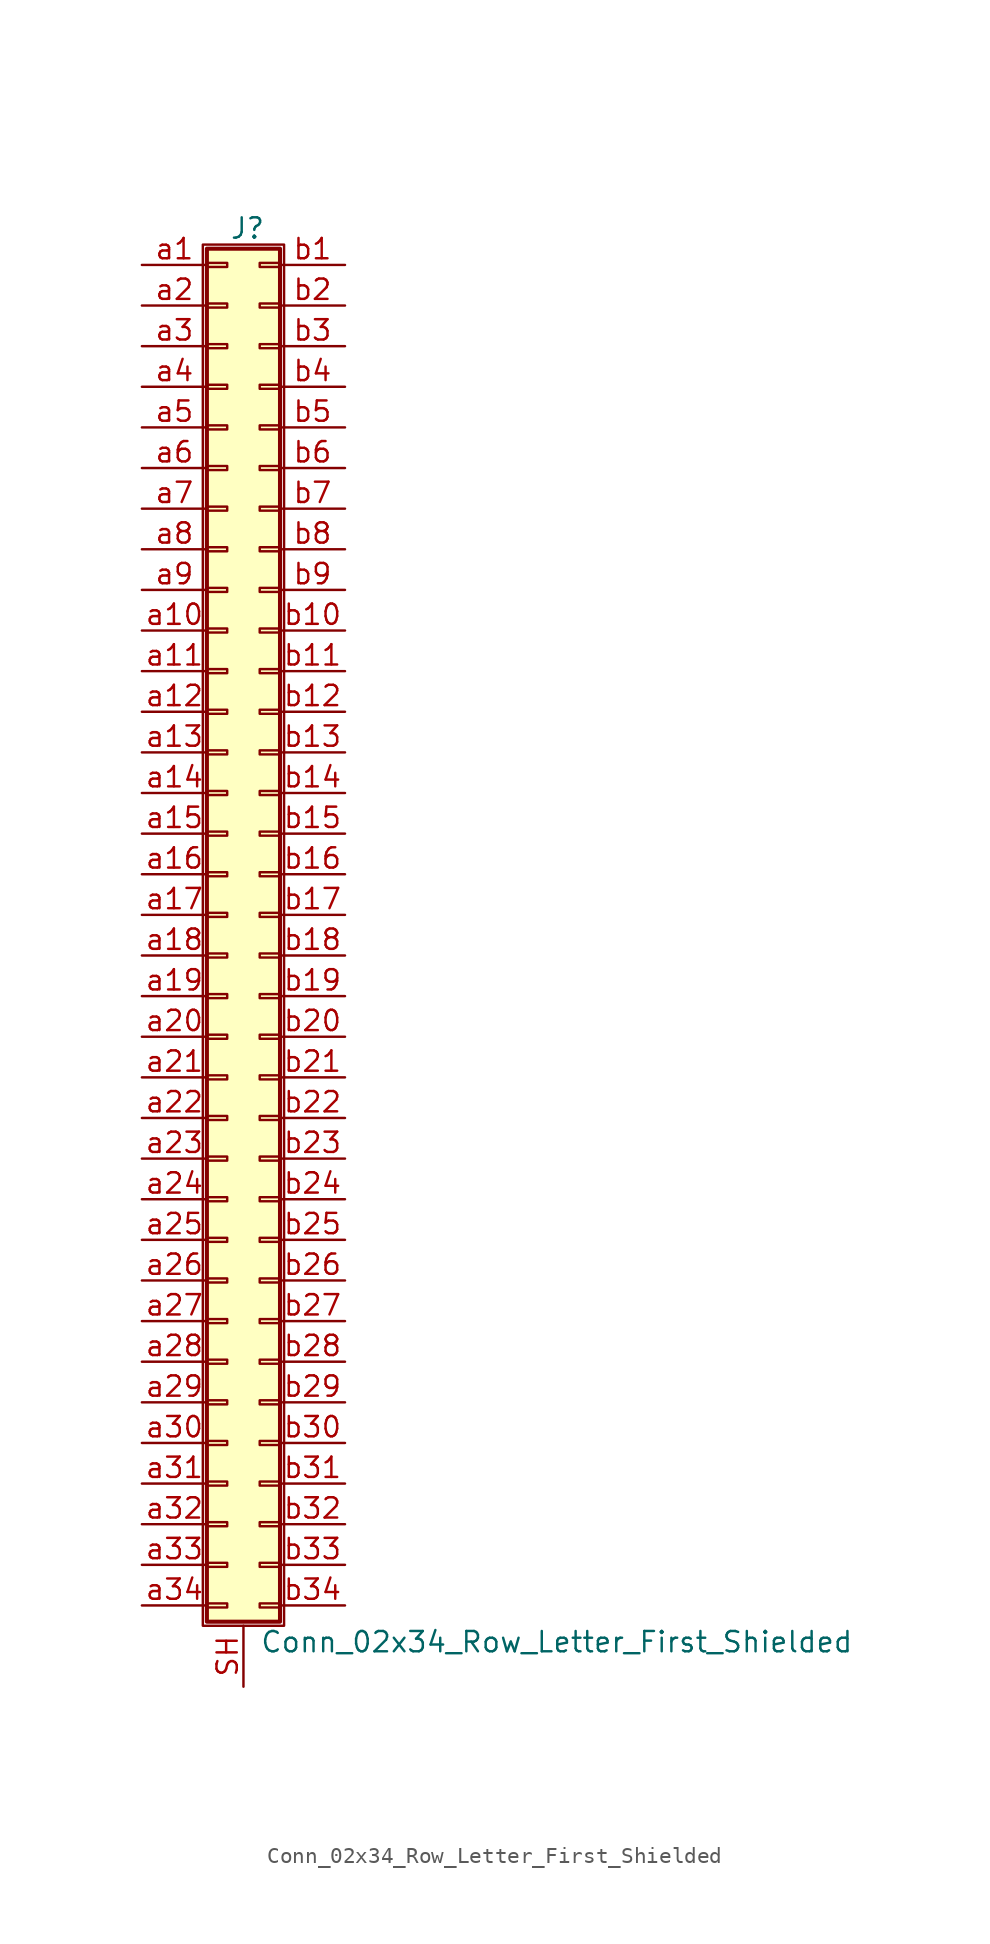
<source format=kicad_sym>
(kicad_symbol_lib
  (version 20201005)
  (generator kicad_symbol_editor)
  (symbol "Conn_02x34_Row_Letter_First_Shielded"
    (pin_names
      (offset 1.016) hide)
    (property "Reference" "J"
      (at 1.524 42.926 0)
      (effects (font (size 1.27 1.27))))
    (property "Value" "Conn_02x34_Row_Letter_First_Shielded"
      (at 2.286 -45.466 0)
      (effects (font (size 1.27 1.27)) (justify left)))
    (symbol "Conn_02x34_Row_Letter_First_Shielded_1_1"
      (rectangle (start -1.27 41.91) (end 3.81 -44.45) (stroke (width 0.152)) (fill (type none)))
      (rectangle (start -1.016 -43.053) (end 0.254 -43.307) (stroke (width 0.152)) (fill (type none)))
      (rectangle (start -1.016 -40.513) (end 0.254 -40.767) (stroke (width 0.152)) (fill (type none)))
      (rectangle (start -1.016 -37.973) (end 0.254 -38.227) (stroke (width 0.152)) (fill (type none)))
      (rectangle (start -1.016 -35.433) (end 0.254 -35.687) (stroke (width 0.152)) (fill (type none)))
      (rectangle (start -1.016 -32.893) (end 0.254 -33.147) (stroke (width 0.152)) (fill (type none)))
      (rectangle (start -1.016 -30.353) (end 0.254 -30.607) (stroke (width 0.152)) (fill (type none)))
      (rectangle (start -1.016 -27.813) (end 0.254 -28.067) (stroke (width 0.152)) (fill (type none)))
      (rectangle (start -1.016 -25.273) (end 0.254 -25.527) (stroke (width 0.152)) (fill (type none)))
      (rectangle (start -1.016 -22.733) (end 0.254 -22.987) (stroke (width 0.152)) (fill (type none)))
      (rectangle (start -1.016 -20.193) (end 0.254 -20.447) (stroke (width 0.152)) (fill (type none)))
      (rectangle (start -1.016 -17.653) (end 0.254 -17.907) (stroke (width 0.152)) (fill (type none)))
      (rectangle (start -1.016 -15.113) (end 0.254 -15.367) (stroke (width 0.152)) (fill (type none)))
      (rectangle (start -1.016 -12.573) (end 0.254 -12.827) (stroke (width 0.152)) (fill (type none)))
      (rectangle (start -1.016 -10.033) (end 0.254 -10.287) (stroke (width 0.152)) (fill (type none)))
      (rectangle (start -1.016 -7.493) (end 0.254 -7.747) (stroke (width 0.152)) (fill (type none)))
      (rectangle (start -1.016 -4.953) (end 0.254 -5.207) (stroke (width 0.152)) (fill (type none)))
      (rectangle (start -1.016 -2.413) (end 0.254 -2.667) (stroke (width 0.152)) (fill (type none)))
      (rectangle (start -1.016 0.127) (end 0.254 -0.127) (stroke (width 0.152)) (fill (type none)))
      (rectangle (start -1.016 2.667) (end 0.254 2.413) (stroke (width 0.152)) (fill (type none)))
      (rectangle (start -1.016 5.207) (end 0.254 4.953) (stroke (width 0.152)) (fill (type none)))
      (rectangle (start -1.016 7.747) (end 0.254 7.493) (stroke (width 0.152)) (fill (type none)))
      (rectangle (start -1.016 10.287) (end 0.254 10.033) (stroke (width 0.152)) (fill (type none)))
      (rectangle (start -1.016 12.827) (end 0.254 12.573) (stroke (width 0.152)) (fill (type none)))
      (rectangle (start -1.016 15.367) (end 0.254 15.113) (stroke (width 0.152)) (fill (type none)))
      (rectangle (start -1.016 17.907) (end 0.254 17.653) (stroke (width 0.152)) (fill (type none)))
      (rectangle (start -1.016 20.447) (end 0.254 20.193) (stroke (width 0.152)) (fill (type none)))
      (rectangle (start -1.016 22.987) (end 0.254 22.733) (stroke (width 0.152)) (fill (type none)))
      (rectangle (start -1.016 25.527) (end 0.254 25.273) (stroke (width 0.152)) (fill (type none)))
      (rectangle (start -1.016 28.067) (end 0.254 27.813) (stroke (width 0.152)) (fill (type none)))
      (rectangle (start -1.016 30.607) (end 0.254 30.353) (stroke (width 0.152)) (fill (type none)))
      (rectangle (start -1.016 33.147) (end 0.254 32.893) (stroke (width 0.152)) (fill (type none)))
      (rectangle (start -1.016 35.687) (end 0.254 35.433) (stroke (width 0.152)) (fill (type none)))
      (rectangle (start -1.016 38.227) (end 0.254 37.973) (stroke (width 0.152)) (fill (type none)))
      (rectangle (start -1.016 40.767) (end 0.254 40.513) (stroke (width 0.152)) (fill (type none)))
      (rectangle (start -1.016 41.656) (end 3.556 -44.196) (stroke (width 0.254)) (fill (type background)))
      (rectangle (start 3.556 -43.053) (end 2.286 -43.307) (stroke (width 0.152)) (fill (type none)))
      (rectangle (start 3.556 -40.513) (end 2.286 -40.767) (stroke (width 0.152)) (fill (type none)))
      (rectangle (start 3.556 -37.973) (end 2.286 -38.227) (stroke (width 0.152)) (fill (type none)))
      (rectangle (start 3.556 -35.433) (end 2.286 -35.687) (stroke (width 0.152)) (fill (type none)))
      (rectangle (start 3.556 -32.893) (end 2.286 -33.147) (stroke (width 0.152)) (fill (type none)))
      (rectangle (start 3.556 -30.353) (end 2.286 -30.607) (stroke (width 0.152)) (fill (type none)))
      (rectangle (start 3.556 -27.813) (end 2.286 -28.067) (stroke (width 0.152)) (fill (type none)))
      (rectangle (start 3.556 -25.273) (end 2.286 -25.527) (stroke (width 0.152)) (fill (type none)))
      (rectangle (start 3.556 -22.733) (end 2.286 -22.987) (stroke (width 0.152)) (fill (type none)))
      (rectangle (start 3.556 -20.193) (end 2.286 -20.447) (stroke (width 0.152)) (fill (type none)))
      (rectangle (start 3.556 -17.653) (end 2.286 -17.907) (stroke (width 0.152)) (fill (type none)))
      (rectangle (start 3.556 -15.113) (end 2.286 -15.367) (stroke (width 0.152)) (fill (type none)))
      (rectangle (start 3.556 -12.573) (end 2.286 -12.827) (stroke (width 0.152)) (fill (type none)))
      (rectangle (start 3.556 -10.033) (end 2.286 -10.287) (stroke (width 0.152)) (fill (type none)))
      (rectangle (start 3.556 -7.493) (end 2.286 -7.747) (stroke (width 0.152)) (fill (type none)))
      (rectangle (start 3.556 -4.953) (end 2.286 -5.207) (stroke (width 0.152)) (fill (type none)))
      (rectangle (start 3.556 -2.413) (end 2.286 -2.667) (stroke (width 0.152)) (fill (type none)))
      (rectangle (start 3.556 0.127) (end 2.286 -0.127) (stroke (width 0.152)) (fill (type none)))
      (rectangle (start 3.556 2.667) (end 2.286 2.413) (stroke (width 0.152)) (fill (type none)))
      (rectangle (start 3.556 5.207) (end 2.286 4.953) (stroke (width 0.152)) (fill (type none)))
      (rectangle (start 3.556 7.747) (end 2.286 7.493) (stroke (width 0.152)) (fill (type none)))
      (rectangle (start 3.556 10.287) (end 2.286 10.033) (stroke (width 0.152)) (fill (type none)))
      (rectangle (start 3.556 12.827) (end 2.286 12.573) (stroke (width 0.152)) (fill (type none)))
      (rectangle (start 3.556 15.367) (end 2.286 15.113) (stroke (width 0.152)) (fill (type none)))
      (rectangle (start 3.556 17.907) (end 2.286 17.653) (stroke (width 0.152)) (fill (type none)))
      (rectangle (start 3.556 20.447) (end 2.286 20.193) (stroke (width 0.152)) (fill (type none)))
      (rectangle (start 3.556 22.987) (end 2.286 22.733) (stroke (width 0.152)) (fill (type none)))
      (rectangle (start 3.556 25.527) (end 2.286 25.273) (stroke (width 0.152)) (fill (type none)))
      (rectangle (start 3.556 28.067) (end 2.286 27.813) (stroke (width 0.152)) (fill (type none)))
      (rectangle (start 3.556 30.607) (end 2.286 30.353) (stroke (width 0.152)) (fill (type none)))
      (rectangle (start 3.556 33.147) (end 2.286 32.893) (stroke (width 0.152)) (fill (type none)))
      (rectangle (start 3.556 35.687) (end 2.286 35.433) (stroke (width 0.152)) (fill (type none)))
      (rectangle (start 3.556 38.227) (end 2.286 37.973) (stroke (width 0.152)) (fill (type none)))
      (rectangle (start 3.556 40.767) (end 2.286 40.513) (stroke (width 0.152)) (fill (type none)))
      (pin passive line (at 1.27 -48.26 90) (length 3.81) (name "Shield" (effects (font (size 1.27 1.27)))) (number "SH" (effects (font (size 1.27 1.27)))))
      (pin passive line (at -5.08 40.64 0) (length 4.064) (name "Pin_a1" (effects (font (size 1.27 1.27)))) (number "a1" (effects (font (size 1.27 1.27)))))
      (pin passive line (at -5.08 17.78 0) (length 4.064) (name "Pin_a10" (effects (font (size 1.27 1.27)))) (number "a10" (effects (font (size 1.27 1.27)))))
      (pin passive line (at -5.08 15.24 0) (length 4.064) (name "Pin_a11" (effects (font (size 1.27 1.27)))) (number "a11" (effects (font (size 1.27 1.27)))))
      (pin passive line (at -5.08 12.7 0) (length 4.064) (name "Pin_a12" (effects (font (size 1.27 1.27)))) (number "a12" (effects (font (size 1.27 1.27)))))
      (pin passive line (at -5.08 10.16 0) (length 4.064) (name "Pin_a13" (effects (font (size 1.27 1.27)))) (number "a13" (effects (font (size 1.27 1.27)))))
      (pin passive line (at -5.08 7.62 0) (length 4.064) (name "Pin_a14" (effects (font (size 1.27 1.27)))) (number "a14" (effects (font (size 1.27 1.27)))))
      (pin passive line (at -5.08 5.08 0) (length 4.064) (name "Pin_a15" (effects (font (size 1.27 1.27)))) (number "a15" (effects (font (size 1.27 1.27)))))
      (pin passive line (at -5.08 2.54 0) (length 4.064) (name "Pin_a16" (effects (font (size 1.27 1.27)))) (number "a16" (effects (font (size 1.27 1.27)))))
      (pin passive line (at -5.08 0 0) (length 4.064) (name "Pin_a17" (effects (font (size 1.27 1.27)))) (number "a17" (effects (font (size 1.27 1.27)))))
      (pin passive line (at -5.08 -2.54 0) (length 4.064) (name "Pin_a18" (effects (font (size 1.27 1.27)))) (number "a18" (effects (font (size 1.27 1.27)))))
      (pin passive line (at -5.08 -5.08 0) (length 4.064) (name "Pin_a19" (effects (font (size 1.27 1.27)))) (number "a19" (effects (font (size 1.27 1.27)))))
      (pin passive line (at -5.08 38.1 0) (length 4.064) (name "Pin_a2" (effects (font (size 1.27 1.27)))) (number "a2" (effects (font (size 1.27 1.27)))))
      (pin passive line (at -5.08 -7.62 0) (length 4.064) (name "Pin_a20" (effects (font (size 1.27 1.27)))) (number "a20" (effects (font (size 1.27 1.27)))))
      (pin passive line (at -5.08 -10.16 0) (length 4.064) (name "Pin_a21" (effects (font (size 1.27 1.27)))) (number "a21" (effects (font (size 1.27 1.27)))))
      (pin passive line (at -5.08 -12.7 0) (length 4.064) (name "Pin_a22" (effects (font (size 1.27 1.27)))) (number "a22" (effects (font (size 1.27 1.27)))))
      (pin passive line (at -5.08 -15.24 0) (length 4.064) (name "Pin_a23" (effects (font (size 1.27 1.27)))) (number "a23" (effects (font (size 1.27 1.27)))))
      (pin passive line (at -5.08 -17.78 0) (length 4.064) (name "Pin_a24" (effects (font (size 1.27 1.27)))) (number "a24" (effects (font (size 1.27 1.27)))))
      (pin passive line (at -5.08 -20.32 0) (length 4.064) (name "Pin_a25" (effects (font (size 1.27 1.27)))) (number "a25" (effects (font (size 1.27 1.27)))))
      (pin passive line (at -5.08 -22.86 0) (length 4.064) (name "Pin_a26" (effects (font (size 1.27 1.27)))) (number "a26" (effects (font (size 1.27 1.27)))))
      (pin passive line (at -5.08 -25.4 0) (length 4.064) (name "Pin_a27" (effects (font (size 1.27 1.27)))) (number "a27" (effects (font (size 1.27 1.27)))))
      (pin passive line (at -5.08 -27.94 0) (length 4.064) (name "Pin_a28" (effects (font (size 1.27 1.27)))) (number "a28" (effects (font (size 1.27 1.27)))))
      (pin passive line (at -5.08 -30.48 0) (length 4.064) (name "Pin_a29" (effects (font (size 1.27 1.27)))) (number "a29" (effects (font (size 1.27 1.27)))))
      (pin passive line (at -5.08 35.56 0) (length 4.064) (name "Pin_a3" (effects (font (size 1.27 1.27)))) (number "a3" (effects (font (size 1.27 1.27)))))
      (pin passive line (at -5.08 -33.02 0) (length 4.064) (name "Pin_a30" (effects (font (size 1.27 1.27)))) (number "a30" (effects (font (size 1.27 1.27)))))
      (pin passive line (at -5.08 -35.56 0) (length 4.064) (name "Pin_a31" (effects (font (size 1.27 1.27)))) (number "a31" (effects (font (size 1.27 1.27)))))
      (pin passive line (at -5.08 -38.1 0) (length 4.064) (name "Pin_a32" (effects (font (size 1.27 1.27)))) (number "a32" (effects (font (size 1.27 1.27)))))
      (pin passive line (at -5.08 -40.64 0) (length 4.064) (name "Pin_a33" (effects (font (size 1.27 1.27)))) (number "a33" (effects (font (size 1.27 1.27)))))
      (pin passive line (at -5.08 -43.18 0) (length 4.064) (name "Pin_a34" (effects (font (size 1.27 1.27)))) (number "a34" (effects (font (size 1.27 1.27)))))
      (pin passive line (at -5.08 33.02 0) (length 4.064) (name "Pin_a4" (effects (font (size 1.27 1.27)))) (number "a4" (effects (font (size 1.27 1.27)))))
      (pin passive line (at -5.08 30.48 0) (length 4.064) (name "Pin_a5" (effects (font (size 1.27 1.27)))) (number "a5" (effects (font (size 1.27 1.27)))))
      (pin passive line (at -5.08 27.94 0) (length 4.064) (name "Pin_a6" (effects (font (size 1.27 1.27)))) (number "a6" (effects (font (size 1.27 1.27)))))
      (pin passive line (at -5.08 25.4 0) (length 4.064) (name "Pin_a7" (effects (font (size 1.27 1.27)))) (number "a7" (effects (font (size 1.27 1.27)))))
      (pin passive line (at -5.08 22.86 0) (length 4.064) (name "Pin_a8" (effects (font (size 1.27 1.27)))) (number "a8" (effects (font (size 1.27 1.27)))))
      (pin passive line (at -5.08 20.32 0) (length 4.064) (name "Pin_a9" (effects (font (size 1.27 1.27)))) (number "a9" (effects (font (size 1.27 1.27)))))
      (pin passive line (at 7.62 40.64 180) (length 4.064) (name "Pin_b1" (effects (font (size 1.27 1.27)))) (number "b1" (effects (font (size 1.27 1.27)))))
      (pin passive line (at 7.62 17.78 180) (length 4.064) (name "Pin_b10" (effects (font (size 1.27 1.27)))) (number "b10" (effects (font (size 1.27 1.27)))))
      (pin passive line (at 7.62 15.24 180) (length 4.064) (name "Pin_b11" (effects (font (size 1.27 1.27)))) (number "b11" (effects (font (size 1.27 1.27)))))
      (pin passive line (at 7.62 12.7 180) (length 4.064) (name "Pin_b12" (effects (font (size 1.27 1.27)))) (number "b12" (effects (font (size 1.27 1.27)))))
      (pin passive line (at 7.62 10.16 180) (length 4.064) (name "Pin_b13" (effects (font (size 1.27 1.27)))) (number "b13" (effects (font (size 1.27 1.27)))))
      (pin passive line (at 7.62 7.62 180) (length 4.064) (name "Pin_b14" (effects (font (size 1.27 1.27)))) (number "b14" (effects (font (size 1.27 1.27)))))
      (pin passive line (at 7.62 5.08 180) (length 4.064) (name "Pin_b15" (effects (font (size 1.27 1.27)))) (number "b15" (effects (font (size 1.27 1.27)))))
      (pin passive line (at 7.62 2.54 180) (length 4.064) (name "Pin_b16" (effects (font (size 1.27 1.27)))) (number "b16" (effects (font (size 1.27 1.27)))))
      (pin passive line (at 7.62 0 180) (length 4.064) (name "Pin_b17" (effects (font (size 1.27 1.27)))) (number "b17" (effects (font (size 1.27 1.27)))))
      (pin passive line (at 7.62 -2.54 180) (length 4.064) (name "Pin_b18" (effects (font (size 1.27 1.27)))) (number "b18" (effects (font (size 1.27 1.27)))))
      (pin passive line (at 7.62 -5.08 180) (length 4.064) (name "Pin_b19" (effects (font (size 1.27 1.27)))) (number "b19" (effects (font (size 1.27 1.27)))))
      (pin passive line (at 7.62 38.1 180) (length 4.064) (name "Pin_b2" (effects (font (size 1.27 1.27)))) (number "b2" (effects (font (size 1.27 1.27)))))
      (pin passive line (at 7.62 -7.62 180) (length 4.064) (name "Pin_b20" (effects (font (size 1.27 1.27)))) (number "b20" (effects (font (size 1.27 1.27)))))
      (pin passive line (at 7.62 -10.16 180) (length 4.064) (name "Pin_b21" (effects (font (size 1.27 1.27)))) (number "b21" (effects (font (size 1.27 1.27)))))
      (pin passive line (at 7.62 -12.7 180) (length 4.064) (name "Pin_b22" (effects (font (size 1.27 1.27)))) (number "b22" (effects (font (size 1.27 1.27)))))
      (pin passive line (at 7.62 -15.24 180) (length 4.064) (name "Pin_b23" (effects (font (size 1.27 1.27)))) (number "b23" (effects (font (size 1.27 1.27)))))
      (pin passive line (at 7.62 -17.78 180) (length 4.064) (name "Pin_b24" (effects (font (size 1.27 1.27)))) (number "b24" (effects (font (size 1.27 1.27)))))
      (pin passive line (at 7.62 -20.32 180) (length 4.064) (name "Pin_b25" (effects (font (size 1.27 1.27)))) (number "b25" (effects (font (size 1.27 1.27)))))
      (pin passive line (at 7.62 -22.86 180) (length 4.064) (name "Pin_b26" (effects (font (size 1.27 1.27)))) (number "b26" (effects (font (size 1.27 1.27)))))
      (pin passive line (at 7.62 -25.4 180) (length 4.064) (name "Pin_b27" (effects (font (size 1.27 1.27)))) (number "b27" (effects (font (size 1.27 1.27)))))
      (pin passive line (at 7.62 -27.94 180) (length 4.064) (name "Pin_b28" (effects (font (size 1.27 1.27)))) (number "b28" (effects (font (size 1.27 1.27)))))
      (pin passive line (at 7.62 -30.48 180) (length 4.064) (name "Pin_b29" (effects (font (size 1.27 1.27)))) (number "b29" (effects (font (size 1.27 1.27)))))
      (pin passive line (at 7.62 35.56 180) (length 4.064) (name "Pin_b3" (effects (font (size 1.27 1.27)))) (number "b3" (effects (font (size 1.27 1.27)))))
      (pin passive line (at 7.62 -33.02 180) (length 4.064) (name "Pin_b30" (effects (font (size 1.27 1.27)))) (number "b30" (effects (font (size 1.27 1.27)))))
      (pin passive line (at 7.62 -35.56 180) (length 4.064) (name "Pin_b31" (effects (font (size 1.27 1.27)))) (number "b31" (effects (font (size 1.27 1.27)))))
      (pin passive line (at 7.62 -38.1 180) (length 4.064) (name "Pin_b32" (effects (font (size 1.27 1.27)))) (number "b32" (effects (font (size 1.27 1.27)))))
      (pin passive line (at 7.62 -40.64 180) (length 4.064) (name "Pin_b33" (effects (font (size 1.27 1.27)))) (number "b33" (effects (font (size 1.27 1.27)))))
      (pin passive line (at 7.62 -43.18 180) (length 4.064) (name "Pin_b34" (effects (font (size 1.27 1.27)))) (number "b34" (effects (font (size 1.27 1.27)))))
      (pin passive line (at 7.62 33.02 180) (length 4.064) (name "Pin_b4" (effects (font (size 1.27 1.27)))) (number "b4" (effects (font (size 1.27 1.27)))))
      (pin passive line (at 7.62 30.48 180) (length 4.064) (name "Pin_b5" (effects (font (size 1.27 1.27)))) (number "b5" (effects (font (size 1.27 1.27)))))
      (pin passive line (at 7.62 27.94 180) (length 4.064) (name "Pin_b6" (effects (font (size 1.27 1.27)))) (number "b6" (effects (font (size 1.27 1.27)))))
      (pin passive line (at 7.62 25.4 180) (length 4.064) (name "Pin_b7" (effects (font (size 1.27 1.27)))) (number "b7" (effects (font (size 1.27 1.27)))))
      (pin passive line (at 7.62 22.86 180) (length 4.064) (name "Pin_b8" (effects (font (size 1.27 1.27)))) (number "b8" (effects (font (size 1.27 1.27)))))
      (pin passive line (at 7.62 20.32 180) (length 4.064) (name "Pin_b9" (effects (font (size 1.27 1.27)))) (number "b9" (effects (font (size 1.27 1.27))))))))
</source>
